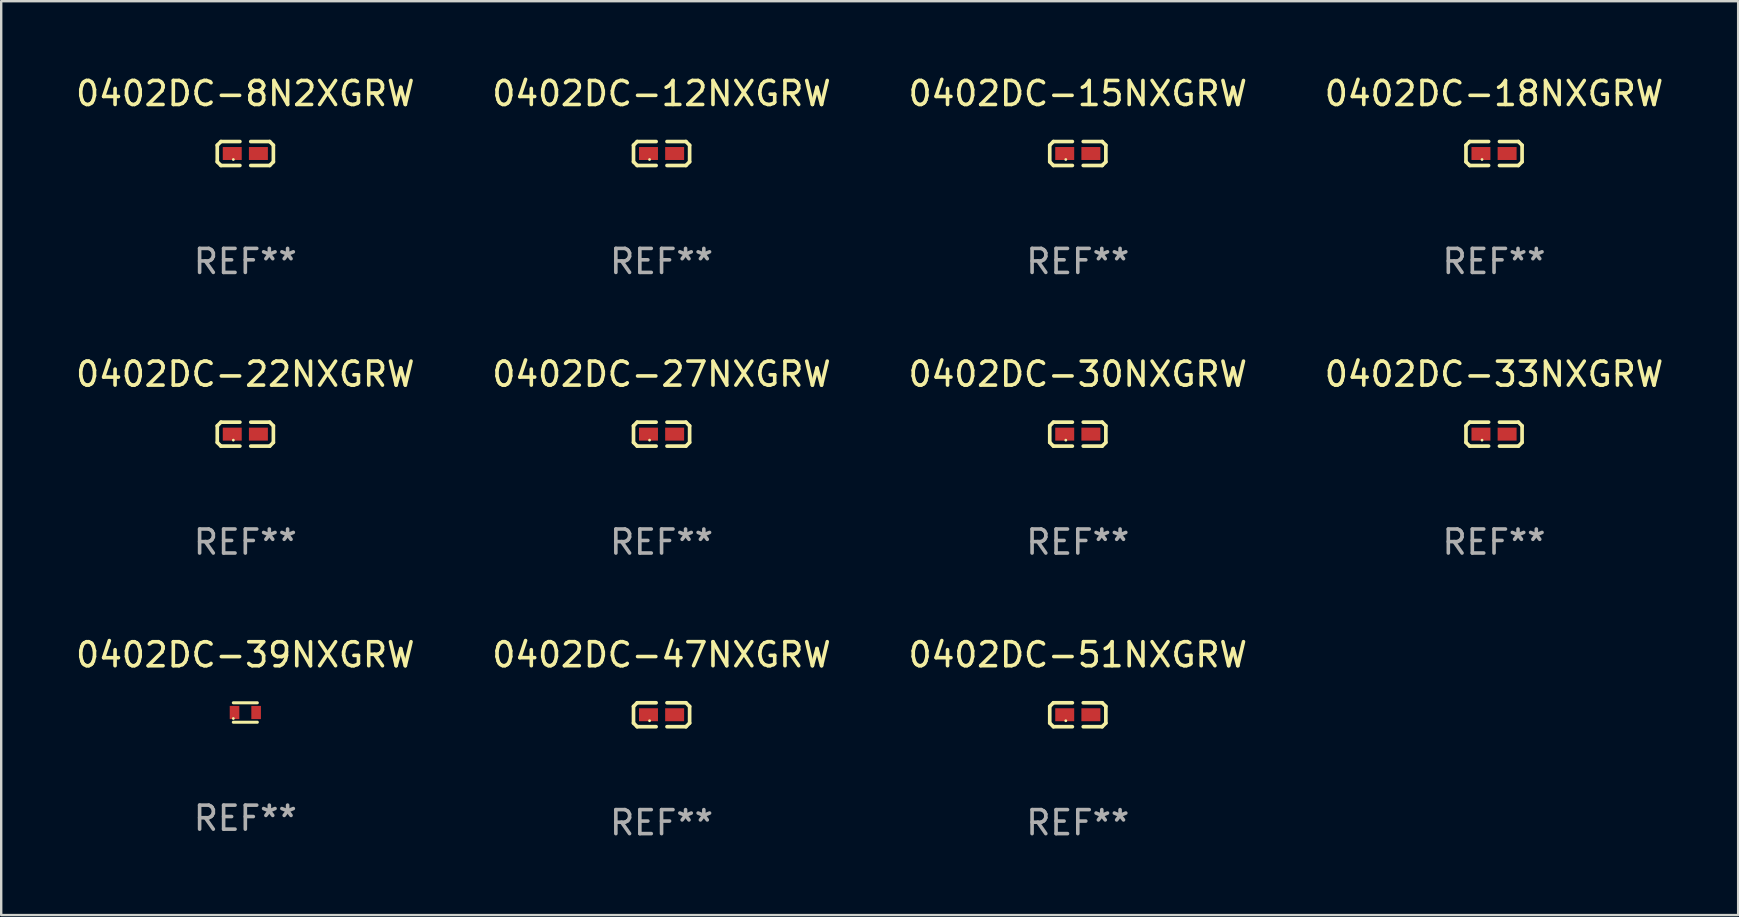
<source format=kicad_pcb>
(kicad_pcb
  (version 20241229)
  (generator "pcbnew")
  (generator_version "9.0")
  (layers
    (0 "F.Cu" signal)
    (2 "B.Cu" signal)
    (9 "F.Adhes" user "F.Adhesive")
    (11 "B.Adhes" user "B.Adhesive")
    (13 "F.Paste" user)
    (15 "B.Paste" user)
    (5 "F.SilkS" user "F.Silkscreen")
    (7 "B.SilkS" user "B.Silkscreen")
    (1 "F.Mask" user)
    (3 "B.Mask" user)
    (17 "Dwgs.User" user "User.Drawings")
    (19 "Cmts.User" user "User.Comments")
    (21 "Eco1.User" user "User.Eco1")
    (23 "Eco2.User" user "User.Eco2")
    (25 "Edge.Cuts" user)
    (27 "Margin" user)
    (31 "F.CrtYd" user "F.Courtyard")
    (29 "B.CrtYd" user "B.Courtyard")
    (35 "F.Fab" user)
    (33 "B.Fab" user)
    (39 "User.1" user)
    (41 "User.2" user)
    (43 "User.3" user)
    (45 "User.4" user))
  (footprint "0402DC-27NXGRW"
    (layer "F.Cu")
    (at 24.518 15.041)
    (property "Reference" "0402DC-27NXGRW" (at 0 -2.499 0) (layer "F.SilkS") (effects (font (size 1 1) (thickness 0.15))))
    (attr through_hole)
    (fp_line (start -1.169 -0.346) (end -1.016 -0.499) (stroke (width 0.152) (type solid)) (layer "F.SilkS"))
    (fp_line (start -1.169 0.346) (end -1.169 -0.346) (stroke (width 0.152) (type solid)) (layer "F.SilkS"))
    (fp_line (start -1.016 -0.499) (end -0.226 -0.499) (stroke (width 0.152) (type solid)) (layer "F.SilkS"))
    (fp_line (start -1.016 0.499) (end -1.169 0.346) (stroke (width 0.152) (type solid)) (layer "F.SilkS"))
    (fp_line (start -0.226 0.499) (end -1.016 0.499) (stroke (width 0.152) (type solid)) (layer "F.SilkS"))
    (fp_line (start 0.226 0.499) (end 1.016 0.499) (stroke (width 0.152) (type solid)) (layer "F.SilkS"))
    (fp_line (start 1.016 -0.499) (end 0.226 -0.499) (stroke (width 0.152) (type solid)) (layer "F.SilkS"))
    (fp_line (start 1.016 0.499) (end 1.169 0.346) (stroke (width 0.152) (type solid)) (layer "F.SilkS"))
    (fp_line (start 1.169 -0.346) (end 1.016 -0.499) (stroke (width 0.152) (type solid)) (layer "F.SilkS"))
    (fp_line (start 1.169 0.346) (end 1.169 -0.346) (stroke (width 0.152) (type solid)) (layer "F.SilkS"))
    (fp_circle (center -0.5 0.25) (end -0.47 0.25) (stroke (width 0.06) (type solid)) (fill no) (layer "F.SilkS"))
    (fp_text user "REF**" (at 0 4.499 0) (layer "F.Fab") (effects (font (size 1 1) (thickness 0.15))))
    (pad "1" smd rect (at -0.545 0) (size 0.79 0.54) (layers "F.Cu" "F.Mask" "F.Paste"))
    (pad "2" smd rect (at 0.545 0) (size 0.79 0.54) (layers "F.Cu" "F.Mask" "F.Paste")))
  (footprint "0402DC-47NXGRW"
    (layer "F.Cu")
    (at 24.518 26.734)
    (property "Reference" "0402DC-47NXGRW" (at 0 -2.499 0) (layer "F.SilkS") (effects (font (size 1 1) (thickness 0.15))))
    (attr through_hole)
    (fp_line (start -1.169 -0.346) (end -1.016 -0.499) (stroke (width 0.152) (type solid)) (layer "F.SilkS"))
    (fp_line (start -1.169 0.346) (end -1.169 -0.346) (stroke (width 0.152) (type solid)) (layer "F.SilkS"))
    (fp_line (start -1.016 -0.499) (end -0.226 -0.499) (stroke (width 0.152) (type solid)) (layer "F.SilkS"))
    (fp_line (start -1.016 0.499) (end -1.169 0.346) (stroke (width 0.152) (type solid)) (layer "F.SilkS"))
    (fp_line (start -0.226 0.499) (end -1.016 0.499) (stroke (width 0.152) (type solid)) (layer "F.SilkS"))
    (fp_line (start 0.226 0.499) (end 1.016 0.499) (stroke (width 0.152) (type solid)) (layer "F.SilkS"))
    (fp_line (start 1.016 -0.499) (end 0.226 -0.499) (stroke (width 0.152) (type solid)) (layer "F.SilkS"))
    (fp_line (start 1.016 0.499) (end 1.169 0.346) (stroke (width 0.152) (type solid)) (layer "F.SilkS"))
    (fp_line (start 1.169 -0.346) (end 1.016 -0.499) (stroke (width 0.152) (type solid)) (layer "F.SilkS"))
    (fp_line (start 1.169 0.346) (end 1.169 -0.346) (stroke (width 0.152) (type solid)) (layer "F.SilkS"))
    (fp_circle (center -0.5 0.25) (end -0.47 0.25) (stroke (width 0.06) (type solid)) (fill no) (layer "F.SilkS"))
    (fp_text user "REF**" (at 0 4.499 0) (layer "F.Fab") (effects (font (size 1 1) (thickness 0.15))))
    (pad "1" smd rect (at -0.545 0) (size 0.79 0.54) (layers "F.Cu" "F.Mask" "F.Paste"))
    (pad "2" smd rect (at 0.545 0) (size 0.79 0.54) (layers "F.Cu" "F.Mask" "F.Paste")))
  (footprint "0402DC-39NXGRW"
    (layer "F.Cu")
    (at 7.173 26.641)
    (property "Reference" "0402DC-39NXGRW" (at 0 -2.405 0) (layer "F.SilkS") (effects (font (size 1 1) (thickness 0.15))))
    (attr through_hole)
    (fp_line (start -0.5 -0.405) (end 0.5 -0.405) (stroke (width 0.127) (type solid)) (layer "F.SilkS"))
    (fp_line (start -0.5 0.405) (end 0.5 0.405) (stroke (width 0.127) (type solid)) (layer "F.SilkS"))
    (fp_circle (center -0.5 0.25) (end -0.47 0.25) (stroke (width 0.06) (type solid)) (fill no) (layer "F.SilkS"))
    (fp_text user "REF**" (at 0 4.405 0) (layer "F.Fab") (effects (font (size 1 1) (thickness 0.15))))
    (pad "1" smd rect (at -0.45 0 90) (size 0.55 0.4) (layers "F.Cu" "F.Mask" "F.Paste"))
    (pad "2" smd rect (at 0.45 0 90) (size 0.55 0.4) (layers "F.Cu" "F.Mask" "F.Paste")))
  (footprint "0402DC-18NXGRW"
    (layer "F.Cu")
    (at 59.208 3.347)
    (property "Reference" "0402DC-18NXGRW" (at 0 -2.499 0) (layer "F.SilkS") (effects (font (size 1 1) (thickness 0.15))))
    (attr through_hole)
    (fp_line (start -1.169 -0.346) (end -1.016 -0.499) (stroke (width 0.152) (type solid)) (layer "F.SilkS"))
    (fp_line (start -1.169 0.346) (end -1.169 -0.346) (stroke (width 0.152) (type solid)) (layer "F.SilkS"))
    (fp_line (start -1.016 -0.499) (end -0.226 -0.499) (stroke (width 0.152) (type solid)) (layer "F.SilkS"))
    (fp_line (start -1.016 0.499) (end -1.169 0.346) (stroke (width 0.152) (type solid)) (layer "F.SilkS"))
    (fp_line (start -0.226 0.499) (end -1.016 0.499) (stroke (width 0.152) (type solid)) (layer "F.SilkS"))
    (fp_line (start 0.226 0.499) (end 1.016 0.499) (stroke (width 0.152) (type solid)) (layer "F.SilkS"))
    (fp_line (start 1.016 -0.499) (end 0.226 -0.499) (stroke (width 0.152) (type solid)) (layer "F.SilkS"))
    (fp_line (start 1.016 0.499) (end 1.169 0.346) (stroke (width 0.152) (type solid)) (layer "F.SilkS"))
    (fp_line (start 1.169 -0.346) (end 1.016 -0.499) (stroke (width 0.152) (type solid)) (layer "F.SilkS"))
    (fp_line (start 1.169 0.346) (end 1.169 -0.346) (stroke (width 0.152) (type solid)) (layer "F.SilkS"))
    (fp_circle (center -0.5 0.25) (end -0.47 0.25) (stroke (width 0.06) (type solid)) (fill no) (layer "F.SilkS"))
    (fp_text user "REF**" (at 0 4.499 0) (layer "F.Fab") (effects (font (size 1 1) (thickness 0.15))))
    (pad "1" smd rect (at -0.545 0) (size 0.79 0.54) (layers "F.Cu" "F.Mask" "F.Paste"))
    (pad "2" smd rect (at 0.545 0) (size 0.79 0.54) (layers "F.Cu" "F.Mask" "F.Paste")))
  (footprint "0402DC-12NXGRW"
    (layer "F.Cu")
    (at 24.518 3.347)
    (property "Reference" "0402DC-12NXGRW" (at 0 -2.499 0) (layer "F.SilkS") (effects (font (size 1 1) (thickness 0.15))))
    (attr through_hole)
    (fp_line (start -1.169 -0.346) (end -1.016 -0.499) (stroke (width 0.152) (type solid)) (layer "F.SilkS"))
    (fp_line (start -1.169 0.346) (end -1.169 -0.346) (stroke (width 0.152) (type solid)) (layer "F.SilkS"))
    (fp_line (start -1.016 -0.499) (end -0.226 -0.499) (stroke (width 0.152) (type solid)) (layer "F.SilkS"))
    (fp_line (start -1.016 0.499) (end -1.169 0.346) (stroke (width 0.152) (type solid)) (layer "F.SilkS"))
    (fp_line (start -0.226 0.499) (end -1.016 0.499) (stroke (width 0.152) (type solid)) (layer "F.SilkS"))
    (fp_line (start 0.226 0.499) (end 1.016 0.499) (stroke (width 0.152) (type solid)) (layer "F.SilkS"))
    (fp_line (start 1.016 -0.499) (end 0.226 -0.499) (stroke (width 0.152) (type solid)) (layer "F.SilkS"))
    (fp_line (start 1.016 0.499) (end 1.169 0.346) (stroke (width 0.152) (type solid)) (layer "F.SilkS"))
    (fp_line (start 1.169 -0.346) (end 1.016 -0.499) (stroke (width 0.152) (type solid)) (layer "F.SilkS"))
    (fp_line (start 1.169 0.346) (end 1.169 -0.346) (stroke (width 0.152) (type solid)) (layer "F.SilkS"))
    (fp_circle (center -0.5 0.25) (end -0.47 0.25) (stroke (width 0.06) (type solid)) (fill no) (layer "F.SilkS"))
    (fp_text user "REF**" (at 0 4.499 0) (layer "F.Fab") (effects (font (size 1 1) (thickness 0.15))))
    (pad "1" smd rect (at -0.545 0) (size 0.79 0.54) (layers "F.Cu" "F.Mask" "F.Paste"))
    (pad "2" smd rect (at 0.545 0) (size 0.79 0.54) (layers "F.Cu" "F.Mask" "F.Paste")))
  (footprint "0402DC-15NXGRW"
    (layer "F.Cu")
    (at 41.863 3.347)
    (property "Reference" "0402DC-15NXGRW" (at 0 -2.499 0) (layer "F.SilkS") (effects (font (size 1 1) (thickness 0.15))))
    (attr through_hole)
    (fp_line (start -1.169 -0.346) (end -1.016 -0.499) (stroke (width 0.152) (type solid)) (layer "F.SilkS"))
    (fp_line (start -1.169 0.346) (end -1.169 -0.346) (stroke (width 0.152) (type solid)) (layer "F.SilkS"))
    (fp_line (start -1.016 -0.499) (end -0.226 -0.499) (stroke (width 0.152) (type solid)) (layer "F.SilkS"))
    (fp_line (start -1.016 0.499) (end -1.169 0.346) (stroke (width 0.152) (type solid)) (layer "F.SilkS"))
    (fp_line (start -0.226 0.499) (end -1.016 0.499) (stroke (width 0.152) (type solid)) (layer "F.SilkS"))
    (fp_line (start 0.226 0.499) (end 1.016 0.499) (stroke (width 0.152) (type solid)) (layer "F.SilkS"))
    (fp_line (start 1.016 -0.499) (end 0.226 -0.499) (stroke (width 0.152) (type solid)) (layer "F.SilkS"))
    (fp_line (start 1.016 0.499) (end 1.169 0.346) (stroke (width 0.152) (type solid)) (layer "F.SilkS"))
    (fp_line (start 1.169 -0.346) (end 1.016 -0.499) (stroke (width 0.152) (type solid)) (layer "F.SilkS"))
    (fp_line (start 1.169 0.346) (end 1.169 -0.346) (stroke (width 0.152) (type solid)) (layer "F.SilkS"))
    (fp_circle (center -0.5 0.25) (end -0.47 0.25) (stroke (width 0.06) (type solid)) (fill no) (layer "F.SilkS"))
    (fp_text user "REF**" (at 0 4.499 0) (layer "F.Fab") (effects (font (size 1 1) (thickness 0.15))))
    (pad "1" smd rect (at -0.545 0) (size 0.79 0.54) (layers "F.Cu" "F.Mask" "F.Paste"))
    (pad "2" smd rect (at 0.545 0) (size 0.79 0.54) (layers "F.Cu" "F.Mask" "F.Paste")))
  (footprint "0402DC-51NXGRW"
    (layer "F.Cu")
    (at 41.863 26.734)
    (property "Reference" "0402DC-51NXGRW" (at 0 -2.499 0) (layer "F.SilkS") (effects (font (size 1 1) (thickness 0.15))))
    (attr through_hole)
    (fp_line (start -1.169 -0.346) (end -1.016 -0.499) (stroke (width 0.152) (type solid)) (layer "F.SilkS"))
    (fp_line (start -1.169 0.346) (end -1.169 -0.346) (stroke (width 0.152) (type solid)) (layer "F.SilkS"))
    (fp_line (start -1.016 -0.499) (end -0.226 -0.499) (stroke (width 0.152) (type solid)) (layer "F.SilkS"))
    (fp_line (start -1.016 0.499) (end -1.169 0.346) (stroke (width 0.152) (type solid)) (layer "F.SilkS"))
    (fp_line (start -0.226 0.499) (end -1.016 0.499) (stroke (width 0.152) (type solid)) (layer "F.SilkS"))
    (fp_line (start 0.226 0.499) (end 1.016 0.499) (stroke (width 0.152) (type solid)) (layer "F.SilkS"))
    (fp_line (start 1.016 -0.499) (end 0.226 -0.499) (stroke (width 0.152) (type solid)) (layer "F.SilkS"))
    (fp_line (start 1.016 0.499) (end 1.169 0.346) (stroke (width 0.152) (type solid)) (layer "F.SilkS"))
    (fp_line (start 1.169 -0.346) (end 1.016 -0.499) (stroke (width 0.152) (type solid)) (layer "F.SilkS"))
    (fp_line (start 1.169 0.346) (end 1.169 -0.346) (stroke (width 0.152) (type solid)) (layer "F.SilkS"))
    (fp_circle (center -0.5 0.25) (end -0.47 0.25) (stroke (width 0.06) (type solid)) (fill no) (layer "F.SilkS"))
    (fp_text user "REF**" (at 0 4.499 0) (layer "F.Fab") (effects (font (size 1 1) (thickness 0.15))))
    (pad "1" smd rect (at -0.545 0) (size 0.79 0.54) (layers "F.Cu" "F.Mask" "F.Paste"))
    (pad "2" smd rect (at 0.545 0) (size 0.79 0.54) (layers "F.Cu" "F.Mask" "F.Paste")))
  (footprint "0402DC-8N2XGRW"
    (layer "F.Cu")
    (at 7.173 3.347)
    (property "Reference" "0402DC-8N2XGRW" (at 0 -2.499 0) (layer "F.SilkS") (effects (font (size 1 1) (thickness 0.15))))
    (attr through_hole)
    (fp_line (start -1.169 -0.346) (end -1.016 -0.499) (stroke (width 0.152) (type solid)) (layer "F.SilkS"))
    (fp_line (start -1.169 0.346) (end -1.169 -0.346) (stroke (width 0.152) (type solid)) (layer "F.SilkS"))
    (fp_line (start -1.016 -0.499) (end -0.226 -0.499) (stroke (width 0.152) (type solid)) (layer "F.SilkS"))
    (fp_line (start -1.016 0.499) (end -1.169 0.346) (stroke (width 0.152) (type solid)) (layer "F.SilkS"))
    (fp_line (start -0.226 0.499) (end -1.016 0.499) (stroke (width 0.152) (type solid)) (layer "F.SilkS"))
    (fp_line (start 0.226 0.499) (end 1.016 0.499) (stroke (width 0.152) (type solid)) (layer "F.SilkS"))
    (fp_line (start 1.016 -0.499) (end 0.226 -0.499) (stroke (width 0.152) (type solid)) (layer "F.SilkS"))
    (fp_line (start 1.016 0.499) (end 1.169 0.346) (stroke (width 0.152) (type solid)) (layer "F.SilkS"))
    (fp_line (start 1.169 -0.346) (end 1.016 -0.499) (stroke (width 0.152) (type solid)) (layer "F.SilkS"))
    (fp_line (start 1.169 0.346) (end 1.169 -0.346) (stroke (width 0.152) (type solid)) (layer "F.SilkS"))
    (fp_circle (center -0.5 0.25) (end -0.47 0.25) (stroke (width 0.06) (type solid)) (fill no) (layer "F.SilkS"))
    (fp_text user "REF**" (at 0 4.499 0) (layer "F.Fab") (effects (font (size 1 1) (thickness 0.15))))
    (pad "1" smd rect (at -0.545 0) (size 0.79 0.54) (layers "F.Cu" "F.Mask" "F.Paste"))
    (pad "2" smd rect (at 0.545 0) (size 0.79 0.54) (layers "F.Cu" "F.Mask" "F.Paste")))
  (footprint "0402DC-30NXGRW"
    (layer "F.Cu")
    (at 41.863 15.041)
    (property "Reference" "0402DC-30NXGRW" (at 0 -2.499 0) (layer "F.SilkS") (effects (font (size 1 1) (thickness 0.15))))
    (attr through_hole)
    (fp_line (start -1.169 -0.346) (end -1.016 -0.499) (stroke (width 0.152) (type solid)) (layer "F.SilkS"))
    (fp_line (start -1.169 0.346) (end -1.169 -0.346) (stroke (width 0.152) (type solid)) (layer "F.SilkS"))
    (fp_line (start -1.016 -0.499) (end -0.226 -0.499) (stroke (width 0.152) (type solid)) (layer "F.SilkS"))
    (fp_line (start -1.016 0.499) (end -1.169 0.346) (stroke (width 0.152) (type solid)) (layer "F.SilkS"))
    (fp_line (start -0.226 0.499) (end -1.016 0.499) (stroke (width 0.152) (type solid)) (layer "F.SilkS"))
    (fp_line (start 0.226 0.499) (end 1.016 0.499) (stroke (width 0.152) (type solid)) (layer "F.SilkS"))
    (fp_line (start 1.016 -0.499) (end 0.226 -0.499) (stroke (width 0.152) (type solid)) (layer "F.SilkS"))
    (fp_line (start 1.016 0.499) (end 1.169 0.346) (stroke (width 0.152) (type solid)) (layer "F.SilkS"))
    (fp_line (start 1.169 -0.346) (end 1.016 -0.499) (stroke (width 0.152) (type solid)) (layer "F.SilkS"))
    (fp_line (start 1.169 0.346) (end 1.169 -0.346) (stroke (width 0.152) (type solid)) (layer "F.SilkS"))
    (fp_circle (center -0.5 0.25) (end -0.47 0.25) (stroke (width 0.06) (type solid)) (fill no) (layer "F.SilkS"))
    (fp_text user "REF**" (at 0 4.499 0) (layer "F.Fab") (effects (font (size 1 1) (thickness 0.15))))
    (pad "1" smd rect (at -0.545 0) (size 0.79 0.54) (layers "F.Cu" "F.Mask" "F.Paste"))
    (pad "2" smd rect (at 0.545 0) (size 0.79 0.54) (layers "F.Cu" "F.Mask" "F.Paste")))
  (footprint "0402DC-22NXGRW"
    (layer "F.Cu")
    (at 7.173 15.041)
    (property "Reference" "0402DC-22NXGRW" (at 0 -2.499 0) (layer "F.SilkS") (effects (font (size 1 1) (thickness 0.15))))
    (attr through_hole)
    (fp_line (start -1.169 -0.346) (end -1.016 -0.499) (stroke (width 0.152) (type solid)) (layer "F.SilkS"))
    (fp_line (start -1.169 0.346) (end -1.169 -0.346) (stroke (width 0.152) (type solid)) (layer "F.SilkS"))
    (fp_line (start -1.016 -0.499) (end -0.226 -0.499) (stroke (width 0.152) (type solid)) (layer "F.SilkS"))
    (fp_line (start -1.016 0.499) (end -1.169 0.346) (stroke (width 0.152) (type solid)) (layer "F.SilkS"))
    (fp_line (start -0.226 0.499) (end -1.016 0.499) (stroke (width 0.152) (type solid)) (layer "F.SilkS"))
    (fp_line (start 0.226 0.499) (end 1.016 0.499) (stroke (width 0.152) (type solid)) (layer "F.SilkS"))
    (fp_line (start 1.016 -0.499) (end 0.226 -0.499) (stroke (width 0.152) (type solid)) (layer "F.SilkS"))
    (fp_line (start 1.016 0.499) (end 1.169 0.346) (stroke (width 0.152) (type solid)) (layer "F.SilkS"))
    (fp_line (start 1.169 -0.346) (end 1.016 -0.499) (stroke (width 0.152) (type solid)) (layer "F.SilkS"))
    (fp_line (start 1.169 0.346) (end 1.169 -0.346) (stroke (width 0.152) (type solid)) (layer "F.SilkS"))
    (fp_circle (center -0.5 0.25) (end -0.47 0.25) (stroke (width 0.06) (type solid)) (fill no) (layer "F.SilkS"))
    (fp_text user "REF**" (at 0 4.499 0) (layer "F.Fab") (effects (font (size 1 1) (thickness 0.15))))
    (pad "1" smd rect (at -0.545 0) (size 0.79 0.54) (layers "F.Cu" "F.Mask" "F.Paste"))
    (pad "2" smd rect (at 0.545 0) (size 0.79 0.54) (layers "F.Cu" "F.Mask" "F.Paste")))
  (footprint "0402DC-33NXGRW"
    (layer "F.Cu")
    (at 59.208 15.041)
    (property "Reference" "0402DC-33NXGRW" (at 0 -2.499 0) (layer "F.SilkS") (effects (font (size 1 1) (thickness 0.15))))
    (attr through_hole)
    (fp_line (start -1.169 -0.346) (end -1.016 -0.499) (stroke (width 0.152) (type solid)) (layer "F.SilkS"))
    (fp_line (start -1.169 0.346) (end -1.169 -0.346) (stroke (width 0.152) (type solid)) (layer "F.SilkS"))
    (fp_line (start -1.016 -0.499) (end -0.226 -0.499) (stroke (width 0.152) (type solid)) (layer "F.SilkS"))
    (fp_line (start -1.016 0.499) (end -1.169 0.346) (stroke (width 0.152) (type solid)) (layer "F.SilkS"))
    (fp_line (start -0.226 0.499) (end -1.016 0.499) (stroke (width 0.152) (type solid)) (layer "F.SilkS"))
    (fp_line (start 0.226 0.499) (end 1.016 0.499) (stroke (width 0.152) (type solid)) (layer "F.SilkS"))
    (fp_line (start 1.016 -0.499) (end 0.226 -0.499) (stroke (width 0.152) (type solid)) (layer "F.SilkS"))
    (fp_line (start 1.016 0.499) (end 1.169 0.346) (stroke (width 0.152) (type solid)) (layer "F.SilkS"))
    (fp_line (start 1.169 -0.346) (end 1.016 -0.499) (stroke (width 0.152) (type solid)) (layer "F.SilkS"))
    (fp_line (start 1.169 0.346) (end 1.169 -0.346) (stroke (width 0.152) (type solid)) (layer "F.SilkS"))
    (fp_circle (center -0.5 0.25) (end -0.47 0.25) (stroke (width 0.06) (type solid)) (fill no) (layer "F.SilkS"))
    (fp_text user "REF**" (at 0 4.499 0) (layer "F.Fab") (effects (font (size 1 1) (thickness 0.15))))
    (pad "1" smd rect (at -0.545 0) (size 0.79 0.54) (layers "F.Cu" "F.Mask" "F.Paste"))
    (pad "2" smd rect (at 0.545 0) (size 0.79 0.54) (layers "F.Cu" "F.Mask" "F.Paste")))
  (gr_rect
    (start -3 -3)
    (end 69.381 35.081)
    (stroke (width 0.1) (type default))
    (fill no)
    (layer "Edge.Cuts")))
</source>
